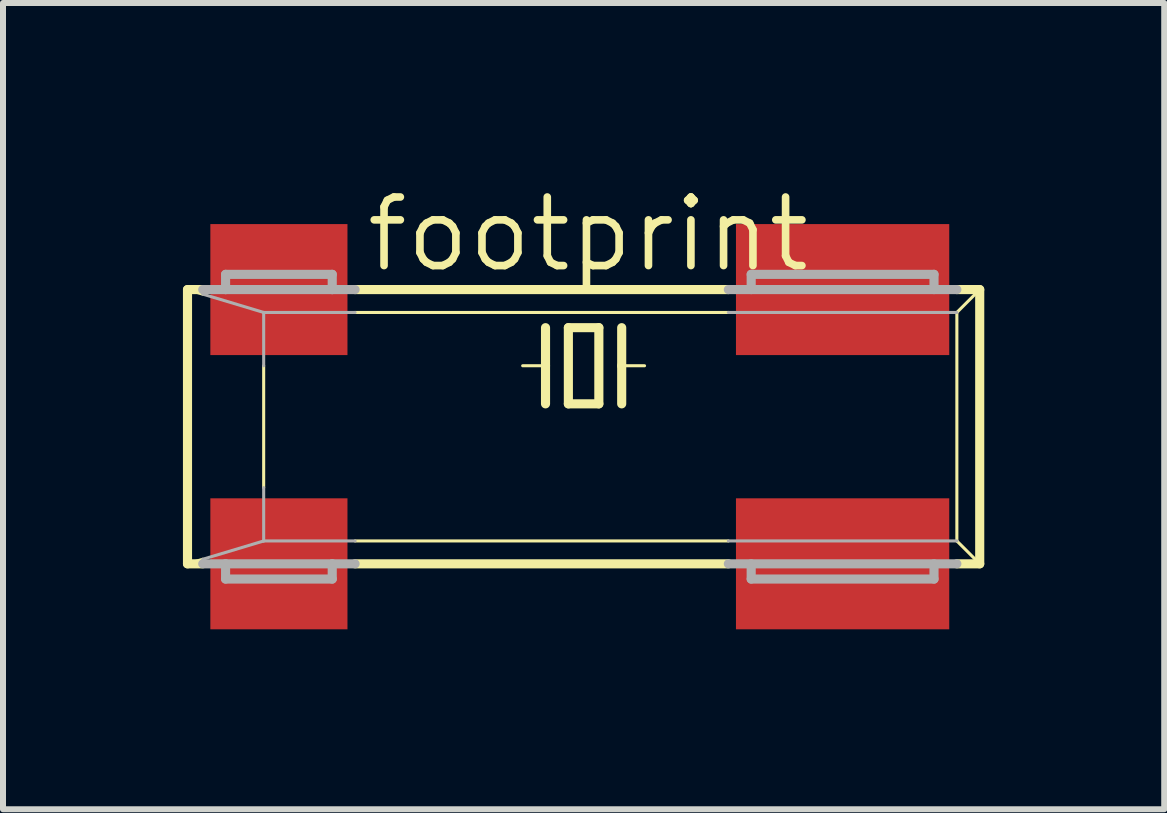
<source format=kicad_pcb>
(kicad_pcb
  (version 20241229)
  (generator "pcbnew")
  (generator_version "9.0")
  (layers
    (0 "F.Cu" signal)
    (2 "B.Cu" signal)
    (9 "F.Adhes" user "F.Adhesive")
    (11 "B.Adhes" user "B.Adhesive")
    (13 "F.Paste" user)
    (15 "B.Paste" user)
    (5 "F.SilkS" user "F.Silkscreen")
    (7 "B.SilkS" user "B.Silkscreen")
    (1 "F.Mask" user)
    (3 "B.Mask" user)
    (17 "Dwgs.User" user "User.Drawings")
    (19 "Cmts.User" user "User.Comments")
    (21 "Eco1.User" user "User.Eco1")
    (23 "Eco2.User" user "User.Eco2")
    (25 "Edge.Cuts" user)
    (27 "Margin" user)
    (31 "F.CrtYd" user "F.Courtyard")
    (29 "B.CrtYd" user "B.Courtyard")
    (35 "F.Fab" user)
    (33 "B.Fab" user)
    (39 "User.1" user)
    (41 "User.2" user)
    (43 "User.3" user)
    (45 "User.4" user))
  (footprint "footprint"
    (layer "F.Cu")
    (at 6.68 4.064)
    (property "Reference" "footprint" (at -3.683 -2.54 0) (layer "F.SilkS") (effects (font (size 1.143 1.143) (thickness 0.127)) (justify left bottom)))
    (fp_line (start -6.604 -2.286) (end -6.35 -2.286) (stroke (width 0.152) (type solid)) (layer "F.SilkS"))
    (fp_line (start -6.604 2.286) (end -6.604 -2.286) (stroke (width 0.152) (type solid)) (layer "F.SilkS"))
    (fp_line (start -6.604 2.286) (end -6.35 2.286) (stroke (width 0.152) (type solid)) (layer "F.SilkS"))
    (fp_line (start -6.35 -2.21) (end -6.604 -2.286) (stroke (width 0.051) (type solid)) (layer "F.SilkS"))
    (fp_line (start -6.35 2.21) (end -6.604 2.286) (stroke (width 0.051) (type solid)) (layer "F.SilkS"))
    (fp_line (start -5.334 -1.016) (end -5.334 1.016) (stroke (width 0.051) (type solid)) (layer "F.SilkS"))
    (fp_line (start -3.81 -2.286) (end 2.413 -2.286) (stroke (width 0.152) (type solid)) (layer "F.SilkS"))
    (fp_line (start -3.81 -1.905) (end 2.413 -1.905) (stroke (width 0.051) (type solid)) (layer "F.SilkS"))
    (fp_line (start -3.81 1.905) (end 2.413 1.905) (stroke (width 0.051) (type solid)) (layer "F.SilkS"))
    (fp_line (start -3.81 2.286) (end 2.413 2.286) (stroke (width 0.152) (type solid)) (layer "F.SilkS"))
    (fp_line (start -0.635 -1.651) (end -0.635 -1.016) (stroke (width 0.152) (type solid)) (layer "F.SilkS"))
    (fp_line (start -0.635 -1.016) (end -1.016 -1.016) (stroke (width 0.051) (type solid)) (layer "F.SilkS"))
    (fp_line (start -0.635 -1.016) (end -0.635 -0.381) (stroke (width 0.152) (type solid)) (layer "F.SilkS"))
    (fp_line (start -0.254 -1.651) (end -0.254 -0.381) (stroke (width 0.152) (type solid)) (layer "F.SilkS"))
    (fp_line (start -0.254 -0.381) (end 0.254 -0.381) (stroke (width 0.152) (type solid)) (layer "F.SilkS"))
    (fp_line (start 0.254 -1.651) (end -0.254 -1.651) (stroke (width 0.152) (type solid)) (layer "F.SilkS"))
    (fp_line (start 0.254 -0.381) (end 0.254 -1.651) (stroke (width 0.152) (type solid)) (layer "F.SilkS"))
    (fp_line (start 0.635 -1.651) (end 0.635 -1.016) (stroke (width 0.152) (type solid)) (layer "F.SilkS"))
    (fp_line (start 0.635 -1.016) (end 0.635 -0.381) (stroke (width 0.152) (type solid)) (layer "F.SilkS"))
    (fp_line (start 0.635 -1.016) (end 1.016 -1.016) (stroke (width 0.051) (type solid)) (layer "F.SilkS"))
    (fp_line (start 6.223 -2.286) (end 6.604 -2.286) (stroke (width 0.152) (type solid)) (layer "F.SilkS"))
    (fp_line (start 6.223 -1.905) (end 6.604 -2.286) (stroke (width 0.051) (type solid)) (layer "F.SilkS"))
    (fp_line (start 6.223 1.905) (end 6.223 -1.905) (stroke (width 0.051) (type solid)) (layer "F.SilkS"))
    (fp_line (start 6.223 1.905) (end 6.604 2.286) (stroke (width 0.051) (type solid)) (layer "F.SilkS"))
    (fp_line (start 6.223 2.286) (end 6.604 2.286) (stroke (width 0.152) (type solid)) (layer "F.SilkS"))
    (fp_line (start 6.604 -2.286) (end 6.604 2.286) (stroke (width 0.152) (type solid)) (layer "F.SilkS"))
    (fp_line (start -6.35 -2.286) (end -5.969 -2.286) (stroke (width 0.152) (type solid)) (layer "F.Fab"))
    (fp_line (start -6.35 2.286) (end -5.969 2.286) (stroke (width 0.152) (type solid)) (layer "F.Fab"))
    (fp_line (start -5.969 -2.54) (end -5.969 -2.286) (stroke (width 0.152) (type solid)) (layer "F.Fab"))
    (fp_line (start -5.969 -2.54) (end -4.191 -2.54) (stroke (width 0.152) (type solid)) (layer "F.Fab"))
    (fp_line (start -5.969 -2.286) (end -4.191 -2.286) (stroke (width 0.152) (type solid)) (layer "F.Fab"))
    (fp_line (start -5.969 2.286) (end -4.191 2.286) (stroke (width 0.152) (type solid)) (layer "F.Fab"))
    (fp_line (start -5.969 2.54) (end -5.969 2.286) (stroke (width 0.152) (type solid)) (layer "F.Fab"))
    (fp_line (start -5.969 2.54) (end -4.191 2.54) (stroke (width 0.152) (type solid)) (layer "F.Fab"))
    (fp_line (start -5.334 -1.905) (end -6.35 -2.21) (stroke (width 0.051) (type solid)) (layer "F.Fab"))
    (fp_line (start -5.334 -1.905) (end -5.334 -1.016) (stroke (width 0.051) (type solid)) (layer "F.Fab"))
    (fp_line (start -5.334 -1.905) (end -3.81 -1.905) (stroke (width 0.051) (type solid)) (layer "F.Fab"))
    (fp_line (start -5.334 1.016) (end -5.334 1.905) (stroke (width 0.051) (type solid)) (layer "F.Fab"))
    (fp_line (start -5.334 1.905) (end -6.35 2.21) (stroke (width 0.051) (type solid)) (layer "F.Fab"))
    (fp_line (start -5.334 1.905) (end -3.81 1.905) (stroke (width 0.051) (type solid)) (layer "F.Fab"))
    (fp_line (start -4.191 -2.54) (end -4.191 -2.286) (stroke (width 0.152) (type solid)) (layer "F.Fab"))
    (fp_line (start -4.191 -2.286) (end -3.81 -2.286) (stroke (width 0.152) (type solid)) (layer "F.Fab"))
    (fp_line (start -4.191 2.286) (end -3.81 2.286) (stroke (width 0.152) (type solid)) (layer "F.Fab"))
    (fp_line (start -4.191 2.54) (end -4.191 2.286) (stroke (width 0.152) (type solid)) (layer "F.Fab"))
    (fp_line (start 2.413 -2.286) (end 6.223 -2.286) (stroke (width 0.152) (type solid)) (layer "F.Fab"))
    (fp_line (start 2.413 -1.905) (end 6.223 -1.905) (stroke (width 0.051) (type solid)) (layer "F.Fab"))
    (fp_line (start 2.413 1.905) (end 6.223 1.905) (stroke (width 0.051) (type solid)) (layer "F.Fab"))
    (fp_line (start 2.413 2.286) (end 6.223 2.286) (stroke (width 0.152) (type solid)) (layer "F.Fab"))
    (fp_line (start 2.794 -2.54) (end 5.842 -2.54) (stroke (width 0.152) (type solid)) (layer "F.Fab"))
    (fp_line (start 2.794 -2.286) (end 2.794 -2.54) (stroke (width 0.152) (type solid)) (layer "F.Fab"))
    (fp_line (start 2.794 2.286) (end 2.794 2.54) (stroke (width 0.152) (type solid)) (layer "F.Fab"))
    (fp_line (start 2.794 2.54) (end 5.842 2.54) (stroke (width 0.152) (type solid)) (layer "F.Fab"))
    (fp_line (start 5.842 -2.54) (end 5.842 -2.286) (stroke (width 0.152) (type solid)) (layer "F.Fab"))
    (fp_line (start 5.842 2.54) (end 5.842 2.286) (stroke (width 0.152) (type solid)) (layer "F.Fab"))
    (pad "1" smd rect (at -5.08 2.286) (size 2.286 2.184) (layers "F.Cu" "F.Mask" "F.Paste"))
    (pad "2" smd rect (at 4.318 2.286) (size 3.556 2.184) (layers "F.Cu" "F.Mask" "F.Paste"))
    (pad "3" smd rect (at 4.318 -2.286) (size 3.556 2.184) (layers "F.Cu" "F.Mask" "F.Paste"))
    (pad "4" smd rect (at -5.08 -2.286) (size 2.286 2.184) (layers "F.Cu" "F.Mask" "F.Paste")))
  (gr_rect
    (start -3 -3)
    (end 16.36 10.442)
    (stroke (width 0.1) (type default))
    (fill no)
    (layer "Edge.Cuts")))
</source>
